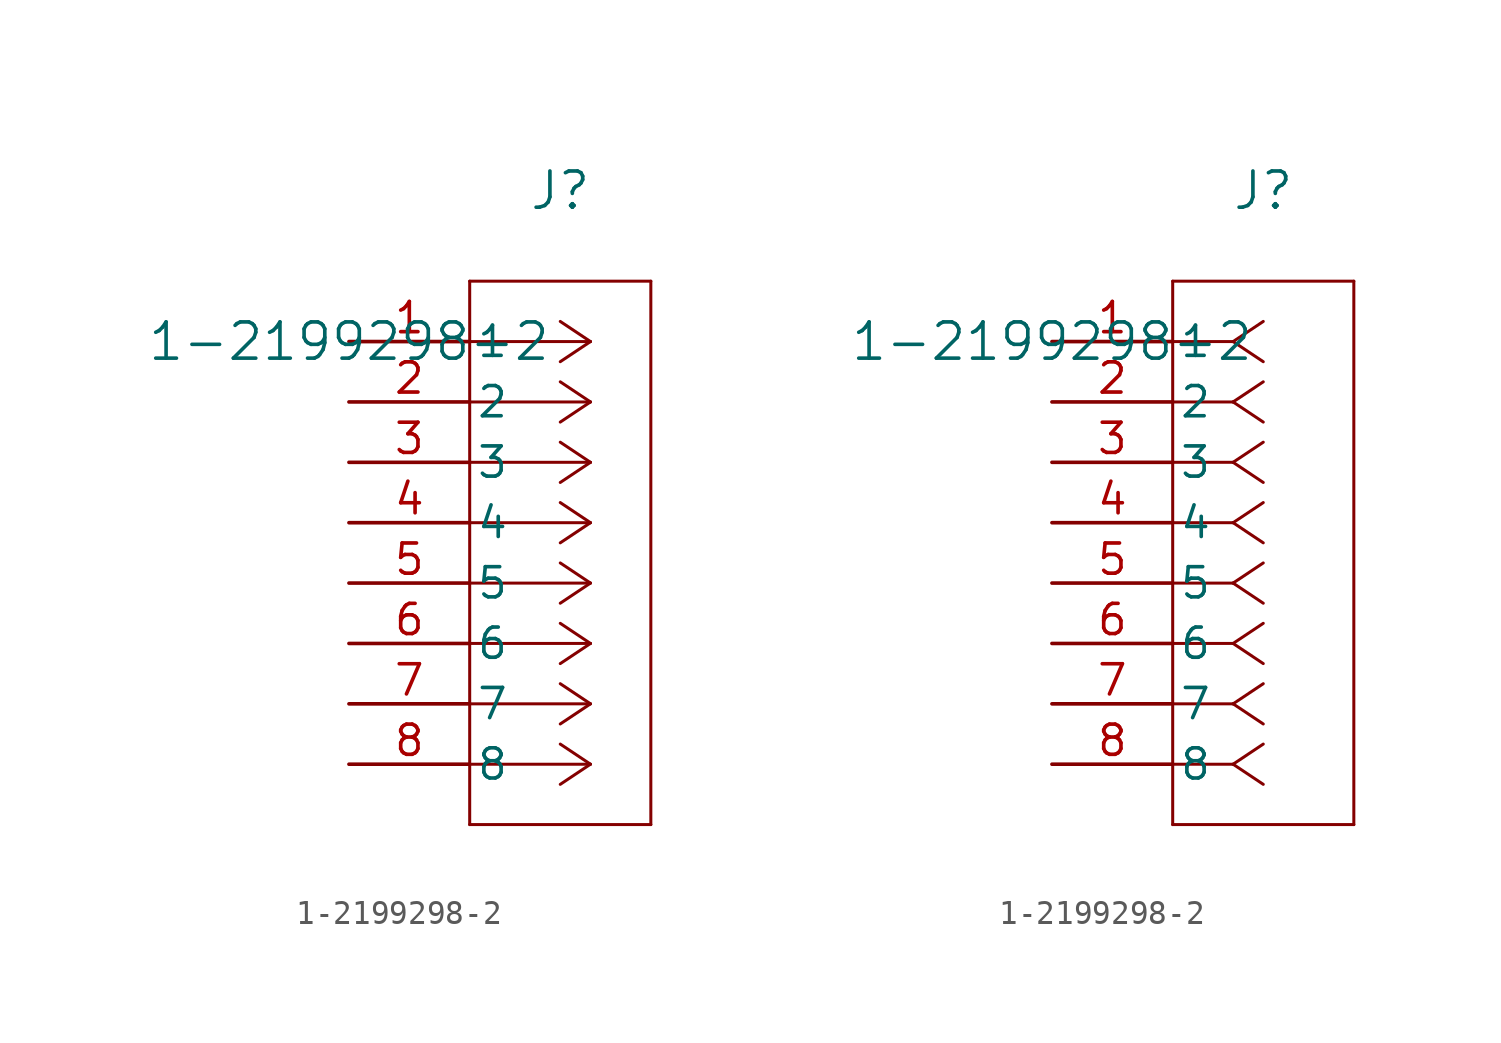
<source format=kicad_sym>
(kicad_symbol_lib
  (version 20211014)
  (generator kicad_symbol_editor)
  (symbol "1-2199298-2"
    (pin_names
      (offset 0.254))
    (property "Reference" "J"
      (at 8.89 6.35 0)
      (effects (font (size 1.524 1.524))))
    (property "Value" "1-2199298-2"
      (at 0 0 0)
      (effects (font (size 1.524 1.524))))
    (symbol "1-2199298-2_1_1"
      (polyline (pts (xy 10.16 0) (xy 5.08 0)) (stroke (width 0.127) (type default) (color 0 0 0 0)) (fill (type none)))
      (polyline (pts (xy 10.16 -2.54) (xy 5.08 -2.54)) (stroke (width 0.127) (type default) (color 0 0 0 0)) (fill (type none)))
      (polyline (pts (xy 10.16 -5.08) (xy 5.08 -5.08)) (stroke (width 0.127) (type default) (color 0 0 0 0)) (fill (type none)))
      (polyline (pts (xy 10.16 -7.62) (xy 5.08 -7.62)) (stroke (width 0.127) (type default) (color 0 0 0 0)) (fill (type none)))
      (polyline (pts (xy 10.16 -10.16) (xy 5.08 -10.16)) (stroke (width 0.127) (type default) (color 0 0 0 0)) (fill (type none)))
      (polyline (pts (xy 10.16 -12.7) (xy 5.08 -12.7)) (stroke (width 0.127) (type default) (color 0 0 0 0)) (fill (type none)))
      (polyline (pts (xy 10.16 -15.24) (xy 5.08 -15.24)) (stroke (width 0.127) (type default) (color 0 0 0 0)) (fill (type none)))
      (polyline (pts (xy 10.16 -17.78) (xy 5.08 -17.78)) (stroke (width 0.127) (type default) (color 0 0 0 0)) (fill (type none)))
      (polyline (pts (xy 10.16 0) (xy 8.89 0.847)) (stroke (width 0.127) (type default) (color 0 0 0 0)) (fill (type none)))
      (polyline (pts (xy 10.16 -2.54) (xy 8.89 -1.693)) (stroke (width 0.127) (type default) (color 0 0 0 0)) (fill (type none)))
      (polyline (pts (xy 10.16 -5.08) (xy 8.89 -4.233)) (stroke (width 0.127) (type default) (color 0 0 0 0)) (fill (type none)))
      (polyline (pts (xy 10.16 -7.62) (xy 8.89 -6.773)) (stroke (width 0.127) (type default) (color 0 0 0 0)) (fill (type none)))
      (polyline (pts (xy 10.16 -10.16) (xy 8.89 -9.313)) (stroke (width 0.127) (type default) (color 0 0 0 0)) (fill (type none)))
      (polyline (pts (xy 10.16 -12.7) (xy 8.89 -11.853)) (stroke (width 0.127) (type default) (color 0 0 0 0)) (fill (type none)))
      (polyline (pts (xy 10.16 -15.24) (xy 8.89 -14.393)) (stroke (width 0.127) (type default) (color 0 0 0 0)) (fill (type none)))
      (polyline (pts (xy 10.16 -17.78) (xy 8.89 -16.933)) (stroke (width 0.127) (type default) (color 0 0 0 0)) (fill (type none)))
      (polyline (pts (xy 10.16 0) (xy 8.89 -0.847)) (stroke (width 0.127) (type default) (color 0 0 0 0)) (fill (type none)))
      (polyline (pts (xy 10.16 -2.54) (xy 8.89 -3.387)) (stroke (width 0.127) (type default) (color 0 0 0 0)) (fill (type none)))
      (polyline (pts (xy 10.16 -5.08) (xy 8.89 -5.927)) (stroke (width 0.127) (type default) (color 0 0 0 0)) (fill (type none)))
      (polyline (pts (xy 10.16 -7.62) (xy 8.89 -8.467)) (stroke (width 0.127) (type default) (color 0 0 0 0)) (fill (type none)))
      (polyline (pts (xy 10.16 -10.16) (xy 8.89 -11.007)) (stroke (width 0.127) (type default) (color 0 0 0 0)) (fill (type none)))
      (polyline (pts (xy 10.16 -12.7) (xy 8.89 -13.547)) (stroke (width 0.127) (type default) (color 0 0 0 0)) (fill (type none)))
      (polyline (pts (xy 10.16 -15.24) (xy 8.89 -16.087)) (stroke (width 0.127) (type default) (color 0 0 0 0)) (fill (type none)))
      (polyline (pts (xy 10.16 -17.78) (xy 8.89 -18.627)) (stroke (width 0.127) (type default) (color 0 0 0 0)) (fill (type none)))
      (polyline (pts (xy 5.08 2.54) (xy 5.08 -20.32)) (stroke (width 0.127) (type default) (color 0 0 0 0)) (fill (type none)))
      (polyline (pts (xy 5.08 -20.32) (xy 12.7 -20.32)) (stroke (width 0.127) (type default) (color 0 0 0 0)) (fill (type none)))
      (polyline (pts (xy 12.7 -20.32) (xy 12.7 2.54)) (stroke (width 0.127) (type default) (color 0 0 0 0)) (fill (type none)))
      (polyline (pts (xy 12.7 2.54) (xy 5.08 2.54)) (stroke (width 0.127) (type default) (color 0 0 0 0)) (fill (type none)))
      (pin unspecified line (at 0 0 0) (length 5.08) (name "1" (effects (font (size 1.27 1.27)))) (number "1" (effects (font (size 1.27 1.27)))))
      (pin unspecified line (at 0 -2.54 0) (length 5.08) (name "2" (effects (font (size 1.27 1.27)))) (number "2" (effects (font (size 1.27 1.27)))))
      (pin unspecified line (at 0 -5.08 0) (length 5.08) (name "3" (effects (font (size 1.27 1.27)))) (number "3" (effects (font (size 1.27 1.27)))))
      (pin unspecified line (at 0 -7.62 0) (length 5.08) (name "4" (effects (font (size 1.27 1.27)))) (number "4" (effects (font (size 1.27 1.27)))))
      (pin unspecified line (at 0 -10.16 0) (length 5.08) (name "5" (effects (font (size 1.27 1.27)))) (number "5" (effects (font (size 1.27 1.27)))))
      (pin unspecified line (at 0 -12.7 0) (length 5.08) (name "6" (effects (font (size 1.27 1.27)))) (number "6" (effects (font (size 1.27 1.27)))))
      (pin unspecified line (at 0 -15.24 0) (length 5.08) (name "7" (effects (font (size 1.27 1.27)))) (number "7" (effects (font (size 1.27 1.27)))))
      (pin unspecified line (at 0 -17.78 0) (length 5.08) (name "8" (effects (font (size 1.27 1.27)))) (number "8" (effects (font (size 1.27 1.27))))))
    (symbol "1-2199298-2_1_2"
      (polyline (pts (xy 7.62 0) (xy 5.08 0)) (stroke (width 0.127) (type default) (color 0 0 0 0)) (fill (type none)))
      (polyline (pts (xy 7.62 -2.54) (xy 5.08 -2.54)) (stroke (width 0.127) (type default) (color 0 0 0 0)) (fill (type none)))
      (polyline (pts (xy 7.62 -5.08) (xy 5.08 -5.08)) (stroke (width 0.127) (type default) (color 0 0 0 0)) (fill (type none)))
      (polyline (pts (xy 7.62 -7.62) (xy 5.08 -7.62)) (stroke (width 0.127) (type default) (color 0 0 0 0)) (fill (type none)))
      (polyline (pts (xy 7.62 -10.16) (xy 5.08 -10.16)) (stroke (width 0.127) (type default) (color 0 0 0 0)) (fill (type none)))
      (polyline (pts (xy 7.62 -12.7) (xy 5.08 -12.7)) (stroke (width 0.127) (type default) (color 0 0 0 0)) (fill (type none)))
      (polyline (pts (xy 7.62 -15.24) (xy 5.08 -15.24)) (stroke (width 0.127) (type default) (color 0 0 0 0)) (fill (type none)))
      (polyline (pts (xy 7.62 -17.78) (xy 5.08 -17.78)) (stroke (width 0.127) (type default) (color 0 0 0 0)) (fill (type none)))
      (polyline (pts (xy 7.62 0) (xy 8.89 0.847)) (stroke (width 0.127) (type default) (color 0 0 0 0)) (fill (type none)))
      (polyline (pts (xy 7.62 -2.54) (xy 8.89 -1.693)) (stroke (width 0.127) (type default) (color 0 0 0 0)) (fill (type none)))
      (polyline (pts (xy 7.62 -5.08) (xy 8.89 -4.233)) (stroke (width 0.127) (type default) (color 0 0 0 0)) (fill (type none)))
      (polyline (pts (xy 7.62 -7.62) (xy 8.89 -6.773)) (stroke (width 0.127) (type default) (color 0 0 0 0)) (fill (type none)))
      (polyline (pts (xy 7.62 -10.16) (xy 8.89 -9.313)) (stroke (width 0.127) (type default) (color 0 0 0 0)) (fill (type none)))
      (polyline (pts (xy 7.62 -12.7) (xy 8.89 -11.853)) (stroke (width 0.127) (type default) (color 0 0 0 0)) (fill (type none)))
      (polyline (pts (xy 7.62 -15.24) (xy 8.89 -14.393)) (stroke (width 0.127) (type default) (color 0 0 0 0)) (fill (type none)))
      (polyline (pts (xy 7.62 -17.78) (xy 8.89 -16.933)) (stroke (width 0.127) (type default) (color 0 0 0 0)) (fill (type none)))
      (polyline (pts (xy 7.62 0) (xy 8.89 -0.847)) (stroke (width 0.127) (type default) (color 0 0 0 0)) (fill (type none)))
      (polyline (pts (xy 7.62 -2.54) (xy 8.89 -3.387)) (stroke (width 0.127) (type default) (color 0 0 0 0)) (fill (type none)))
      (polyline (pts (xy 7.62 -5.08) (xy 8.89 -5.927)) (stroke (width 0.127) (type default) (color 0 0 0 0)) (fill (type none)))
      (polyline (pts (xy 7.62 -7.62) (xy 8.89 -8.467)) (stroke (width 0.127) (type default) (color 0 0 0 0)) (fill (type none)))
      (polyline (pts (xy 7.62 -10.16) (xy 8.89 -11.007)) (stroke (width 0.127) (type default) (color 0 0 0 0)) (fill (type none)))
      (polyline (pts (xy 7.62 -12.7) (xy 8.89 -13.547)) (stroke (width 0.127) (type default) (color 0 0 0 0)) (fill (type none)))
      (polyline (pts (xy 7.62 -15.24) (xy 8.89 -16.087)) (stroke (width 0.127) (type default) (color 0 0 0 0)) (fill (type none)))
      (polyline (pts (xy 7.62 -17.78) (xy 8.89 -18.627)) (stroke (width 0.127) (type default) (color 0 0 0 0)) (fill (type none)))
      (polyline (pts (xy 5.08 2.54) (xy 5.08 -20.32)) (stroke (width 0.127) (type default) (color 0 0 0 0)) (fill (type none)))
      (polyline (pts (xy 5.08 -20.32) (xy 12.7 -20.32)) (stroke (width 0.127) (type default) (color 0 0 0 0)) (fill (type none)))
      (polyline (pts (xy 12.7 -20.32) (xy 12.7 2.54)) (stroke (width 0.127) (type default) (color 0 0 0 0)) (fill (type none)))
      (polyline (pts (xy 12.7 2.54) (xy 5.08 2.54)) (stroke (width 0.127) (type default) (color 0 0 0 0)) (fill (type none)))
      (pin unspecified line (at 0 0 0) (length 5.08) (name "1" (effects (font (size 1.27 1.27)))) (number "1" (effects (font (size 1.27 1.27)))))
      (pin unspecified line (at 0 -2.54 0) (length 5.08) (name "2" (effects (font (size 1.27 1.27)))) (number "2" (effects (font (size 1.27 1.27)))))
      (pin unspecified line (at 0 -5.08 0) (length 5.08) (name "3" (effects (font (size 1.27 1.27)))) (number "3" (effects (font (size 1.27 1.27)))))
      (pin unspecified line (at 0 -7.62 0) (length 5.08) (name "4" (effects (font (size 1.27 1.27)))) (number "4" (effects (font (size 1.27 1.27)))))
      (pin unspecified line (at 0 -10.16 0) (length 5.08) (name "5" (effects (font (size 1.27 1.27)))) (number "5" (effects (font (size 1.27 1.27)))))
      (pin unspecified line (at 0 -12.7 0) (length 5.08) (name "6" (effects (font (size 1.27 1.27)))) (number "6" (effects (font (size 1.27 1.27)))))
      (pin unspecified line (at 0 -15.24 0) (length 5.08) (name "7" (effects (font (size 1.27 1.27)))) (number "7" (effects (font (size 1.27 1.27)))))
      (pin unspecified line (at 0 -17.78 0) (length 5.08) (name "8" (effects (font (size 1.27 1.27)))) (number "8" (effects (font (size 1.27 1.27))))))))
</source>
